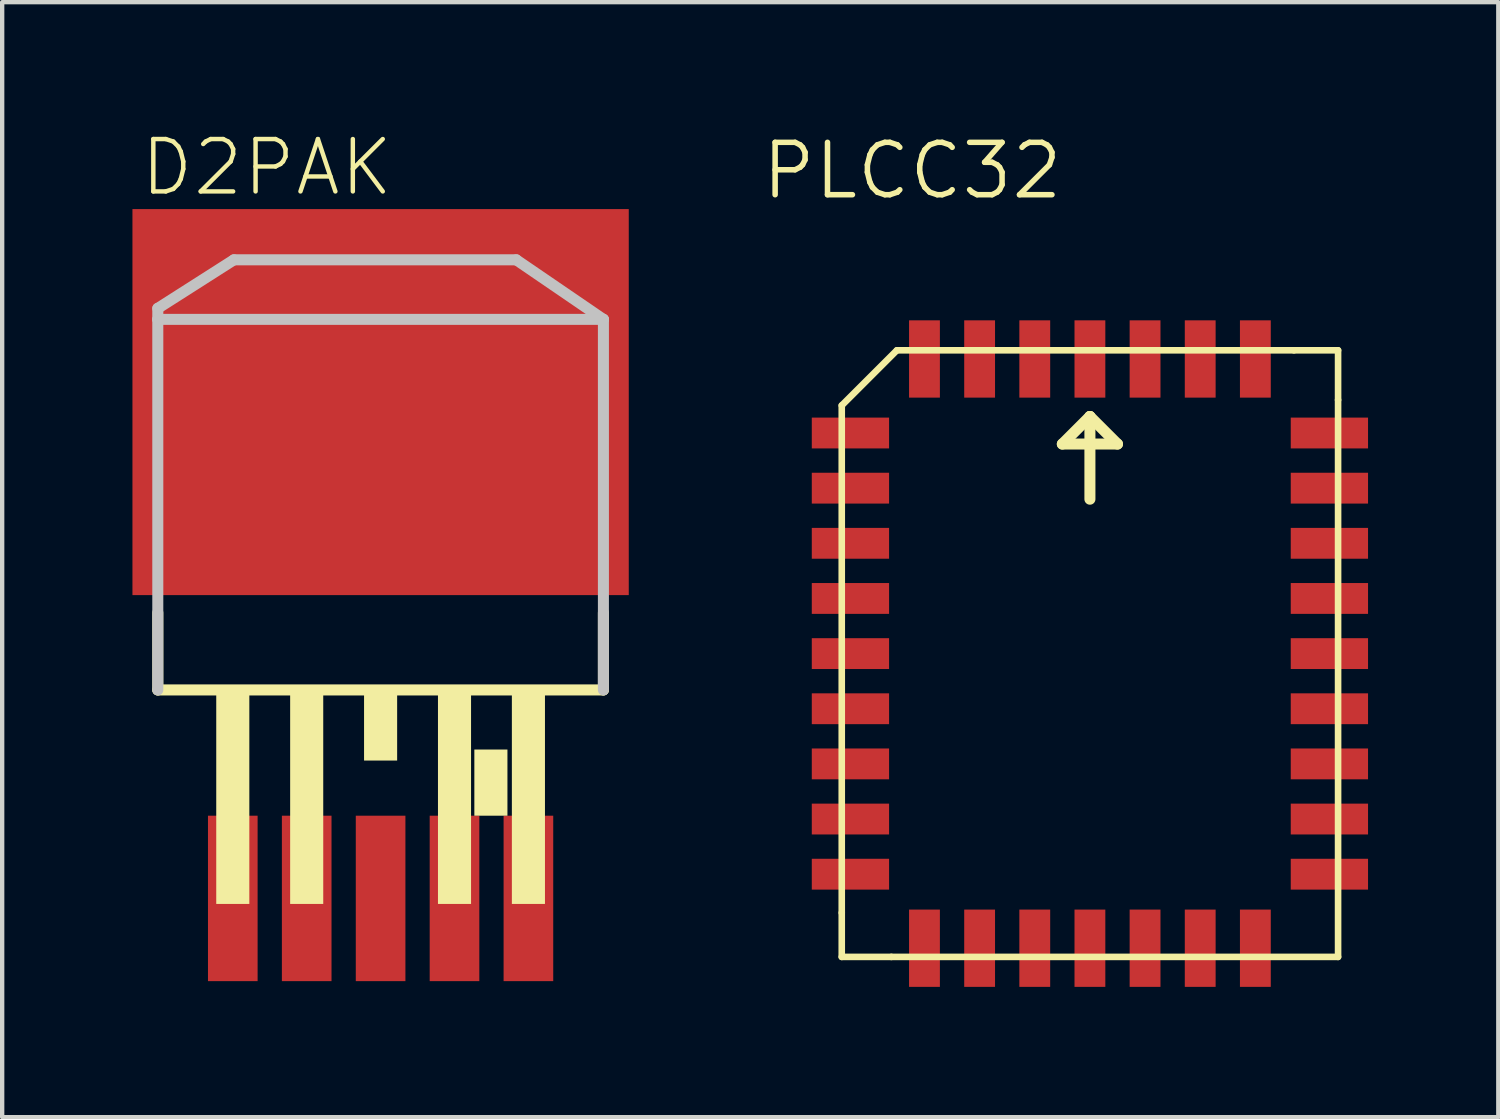
<source format=kicad_pcb>
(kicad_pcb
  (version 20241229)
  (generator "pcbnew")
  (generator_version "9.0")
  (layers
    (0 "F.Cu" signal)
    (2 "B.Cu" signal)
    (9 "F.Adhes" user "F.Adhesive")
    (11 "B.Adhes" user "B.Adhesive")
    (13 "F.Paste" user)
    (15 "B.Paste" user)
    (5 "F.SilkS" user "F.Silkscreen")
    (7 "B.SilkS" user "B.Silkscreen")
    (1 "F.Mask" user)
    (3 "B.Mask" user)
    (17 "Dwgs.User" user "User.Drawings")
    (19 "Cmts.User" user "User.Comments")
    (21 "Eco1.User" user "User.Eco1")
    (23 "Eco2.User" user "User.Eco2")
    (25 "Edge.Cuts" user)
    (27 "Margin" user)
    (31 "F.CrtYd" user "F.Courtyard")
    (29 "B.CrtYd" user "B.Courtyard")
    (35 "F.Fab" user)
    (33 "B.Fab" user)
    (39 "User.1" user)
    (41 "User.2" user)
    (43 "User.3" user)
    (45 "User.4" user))
  (footprint "D2PAK"
    (layer "F.Cu")
    (at 5.08 1.765)
    (property "Reference" "D2PAK" (at -4.953 -0.254 0) (layer "F.SilkS") (effects (font (size 1.206 1.206) (thickness 0.102)) (justify left bottom)))
    (attr through_hole)
    (fp_line (start -4.496 11.074) (end -4.496 9.296) (stroke (width 0.254) (type solid)) (layer "F.SilkS"))
    (fp_line (start -4.496 11.074) (end 5.766 11.074) (stroke (width 0.254) (type solid)) (layer "F.SilkS"))
    (fp_line (start 5.766 11.074) (end 5.766 9.296) (stroke (width 0.254) (type solid)) (layer "F.SilkS"))
    (fp_poly (pts (xy -3.15 16.002) (xy -2.388 16.002) (xy -2.388 11.176) (xy -3.15 11.176)) (stroke (width 0) (type solid)) (fill yes) (layer "F.SilkS"))
    (fp_poly (pts (xy -1.448 16.002) (xy -0.686 16.002) (xy -0.686 11.176) (xy -1.448 11.176)) (stroke (width 0) (type solid)) (fill yes) (layer "F.SilkS"))
    (fp_poly (pts (xy 0.254 12.7) (xy 1.016 12.7) (xy 1.016 11.176) (xy 0.254 11.176)) (stroke (width 0) (type solid)) (fill yes) (layer "F.SilkS"))
    (fp_poly (pts (xy 1.956 16.002) (xy 2.718 16.002) (xy 2.718 11.176) (xy 1.956 11.176)) (stroke (width 0) (type solid)) (fill yes) (layer "F.SilkS"))
    (fp_poly (pts (xy 2.794 13.97) (xy 3.556 13.97) (xy 3.556 12.446) (xy 2.794 12.446)) (stroke (width 0) (type solid)) (fill yes) (layer "F.SilkS"))
    (fp_poly (pts (xy 3.658 16.002) (xy 4.42 16.002) (xy 4.42 11.176) (xy 3.658 11.176)) (stroke (width 0) (type solid)) (fill yes) (layer "F.SilkS"))
    (fp_line (start -4.496 2.286) (end -4.496 2.54) (stroke (width 0.254) (type solid)) (layer "Dwgs.User"))
    (fp_line (start -4.496 2.54) (end -4.496 11.074) (stroke (width 0.254) (type solid)) (layer "Dwgs.User"))
    (fp_line (start -4.496 2.54) (end 5.766 2.54) (stroke (width 0.254) (type solid)) (layer "Dwgs.User"))
    (fp_line (start -2.743 1.168) (end -4.496 2.286) (stroke (width 0.254) (type solid)) (layer "Dwgs.User"))
    (fp_line (start 3.759 1.168) (end -2.743 1.168) (stroke (width 0.254) (type solid)) (layer "Dwgs.User"))
    (fp_line (start 5.766 2.54) (end 3.759 1.168) (stroke (width 0.254) (type solid)) (layer "Dwgs.User"))
    (fp_line (start 5.766 11.074) (end 5.766 2.54) (stroke (width 0.254) (type solid)) (layer "Dwgs.User"))
    (pad "1" smd rect (at -2.769 15.875) (size 1.143 3.81) (layers "F.Cu" "F.Mask" "F.Paste"))
    (pad "2" smd rect (at -1.067 15.875) (size 1.143 3.81) (layers "F.Cu" "F.Mask" "F.Paste"))
    (pad "3" smd rect (at 0.635 15.875) (size 1.143 3.81) (layers "F.Cu" "F.Mask" "F.Paste"))
    (pad "4" smd rect (at 2.337 15.875) (size 1.143 3.81) (layers "F.Cu" "F.Mask" "F.Paste"))
    (pad "5" smd rect (at 4.039 15.875) (size 1.143 3.81) (layers "F.Cu" "F.Mask" "F.Paste"))
    (pad "6" smd rect (at 0.635 4.445) (size 11.43 8.89) (layers "F.Cu" "F.Mask" "F.Paste")))
  (footprint "PLCC32"
    (layer "F.Cu")
    (at 22.05 12.002)
    (property "Reference" "PLCC32" (at -7.62 -10.414 0) (layer "F.SilkS") (effects (font (size 1.206 1.206) (thickness 0.127)) (justify left bottom)))
    (attr through_hole)
    (fp_line (start -5.715 -5.715) (end -4.445 -6.985) (stroke (width 0.152) (type solid)) (layer "F.SilkS"))
    (fp_line (start -5.715 5.969) (end -5.715 -5.715) (stroke (width 0.152) (type solid)) (layer "F.SilkS"))
    (fp_line (start -5.715 5.969) (end -5.715 6.985) (stroke (width 0.152) (type solid)) (layer "F.SilkS"))
    (fp_line (start -5.715 6.985) (end -4.572 6.985) (stroke (width 0.152) (type solid)) (layer "F.SilkS"))
    (fp_line (start -4.572 6.985) (end 5.715 6.985) (stroke (width 0.152) (type solid)) (layer "F.SilkS"))
    (fp_line (start -0.635 -4.826) (end 0 -5.461) (stroke (width 0.254) (type solid)) (layer "F.SilkS"))
    (fp_line (start 0 -5.461) (end 0 -3.556) (stroke (width 0.254) (type solid)) (layer "F.SilkS"))
    (fp_line (start 0 -5.461) (end 0.635 -4.826) (stroke (width 0.254) (type solid)) (layer "F.SilkS"))
    (fp_line (start 0.635 -4.826) (end -0.635 -4.826) (stroke (width 0.254) (type solid)) (layer "F.SilkS"))
    (fp_line (start 4.699 -6.985) (end -4.445 -6.985) (stroke (width 0.152) (type solid)) (layer "F.SilkS"))
    (fp_line (start 4.699 -6.985) (end 5.715 -6.985) (stroke (width 0.152) (type solid)) (layer "F.SilkS"))
    (fp_line (start 5.715 -6.985) (end 5.715 -5.842) (stroke (width 0.152) (type solid)) (layer "F.SilkS"))
    (fp_line (start 5.715 -5.842) (end 5.715 6.985) (stroke (width 0.152) (type solid)) (layer "F.SilkS"))
    (pad "1" smd rect (at 0 -6.785) (size 0.71 1.78) (layers "F.Cu" "F.Mask" "F.Paste"))
    (pad "2" smd rect (at -1.27 -6.785) (size 0.71 1.78) (layers "F.Cu" "F.Mask" "F.Paste"))
    (pad "3" smd rect (at -2.54 -6.785) (size 0.71 1.78) (layers "F.Cu" "F.Mask" "F.Paste"))
    (pad "4" smd rect (at -3.81 -6.785) (size 0.71 1.78) (layers "F.Cu" "F.Mask" "F.Paste"))
    (pad "5" smd rect (at -5.515 -5.08) (size 1.78 0.71) (layers "F.Cu" "F.Mask" "F.Paste"))
    (pad "6" smd rect (at -5.515 -3.81) (size 1.78 0.71) (layers "F.Cu" "F.Mask" "F.Paste"))
    (pad "7" smd rect (at -5.515 -2.54) (size 1.78 0.71) (layers "F.Cu" "F.Mask" "F.Paste"))
    (pad "8" smd rect (at -5.515 -1.27) (size 1.78 0.71) (layers "F.Cu" "F.Mask" "F.Paste"))
    (pad "9" smd rect (at -5.515 0) (size 1.78 0.71) (layers "F.Cu" "F.Mask" "F.Paste"))
    (pad "10" smd rect (at -5.515 1.27) (size 1.78 0.71) (layers "F.Cu" "F.Mask" "F.Paste"))
    (pad "11" smd rect (at -5.515 2.54) (size 1.78 0.71) (layers "F.Cu" "F.Mask" "F.Paste"))
    (pad "12" smd rect (at -5.515 3.81) (size 1.78 0.71) (layers "F.Cu" "F.Mask" "F.Paste"))
    (pad "13" smd rect (at -5.515 5.08) (size 1.78 0.71) (layers "F.Cu" "F.Mask" "F.Paste"))
    (pad "14" smd rect (at -3.81 6.785) (size 0.71 1.78) (layers "F.Cu" "F.Mask" "F.Paste"))
    (pad "15" smd rect (at -2.54 6.785) (size 0.71 1.78) (layers "F.Cu" "F.Mask" "F.Paste"))
    (pad "16" smd rect (at -1.27 6.785) (size 0.71 1.78) (layers "F.Cu" "F.Mask" "F.Paste"))
    (pad "17" smd rect (at 0 6.785) (size 0.71 1.78) (layers "F.Cu" "F.Mask" "F.Paste"))
    (pad "18" smd rect (at 1.27 6.785) (size 0.71 1.78) (layers "F.Cu" "F.Mask" "F.Paste"))
    (pad "19" smd rect (at 2.54 6.785) (size 0.71 1.78) (layers "F.Cu" "F.Mask" "F.Paste"))
    (pad "20" smd rect (at 3.81 6.785) (size 0.71 1.78) (layers "F.Cu" "F.Mask" "F.Paste"))
    (pad "21" smd rect (at 5.515 5.08) (size 1.78 0.71) (layers "F.Cu" "F.Mask" "F.Paste"))
    (pad "22" smd rect (at 5.515 3.81) (size 1.78 0.71) (layers "F.Cu" "F.Mask" "F.Paste"))
    (pad "23" smd rect (at 5.515 2.54) (size 1.78 0.71) (layers "F.Cu" "F.Mask" "F.Paste"))
    (pad "24" smd rect (at 5.515 1.27) (size 1.78 0.71) (layers "F.Cu" "F.Mask" "F.Paste"))
    (pad "25" smd rect (at 5.515 0) (size 1.78 0.71) (layers "F.Cu" "F.Mask" "F.Paste"))
    (pad "26" smd rect (at 5.515 -1.27) (size 1.78 0.71) (layers "F.Cu" "F.Mask" "F.Paste"))
    (pad "27" smd rect (at 5.515 -2.54) (size 1.78 0.71) (layers "F.Cu" "F.Mask" "F.Paste"))
    (pad "28" smd rect (at 5.515 -3.81) (size 1.78 0.71) (layers "F.Cu" "F.Mask" "F.Paste"))
    (pad "29" smd rect (at 5.515 -5.08) (size 1.78 0.71) (layers "F.Cu" "F.Mask" "F.Paste"))
    (pad "30" smd rect (at 3.81 -6.785) (size 0.71 1.78) (layers "F.Cu" "F.Mask" "F.Paste"))
    (pad "31" smd rect (at 2.54 -6.785) (size 0.71 1.78) (layers "F.Cu" "F.Mask" "F.Paste"))
    (pad "32" smd rect (at 1.27 -6.785) (size 0.71 1.78) (layers "F.Cu" "F.Mask" "F.Paste")))
  (gr_rect
    (start -3 -3)
    (end 31.455 22.677)
    (stroke (width 0.1) (type default))
    (fill no)
    (layer "Edge.Cuts")))
</source>
